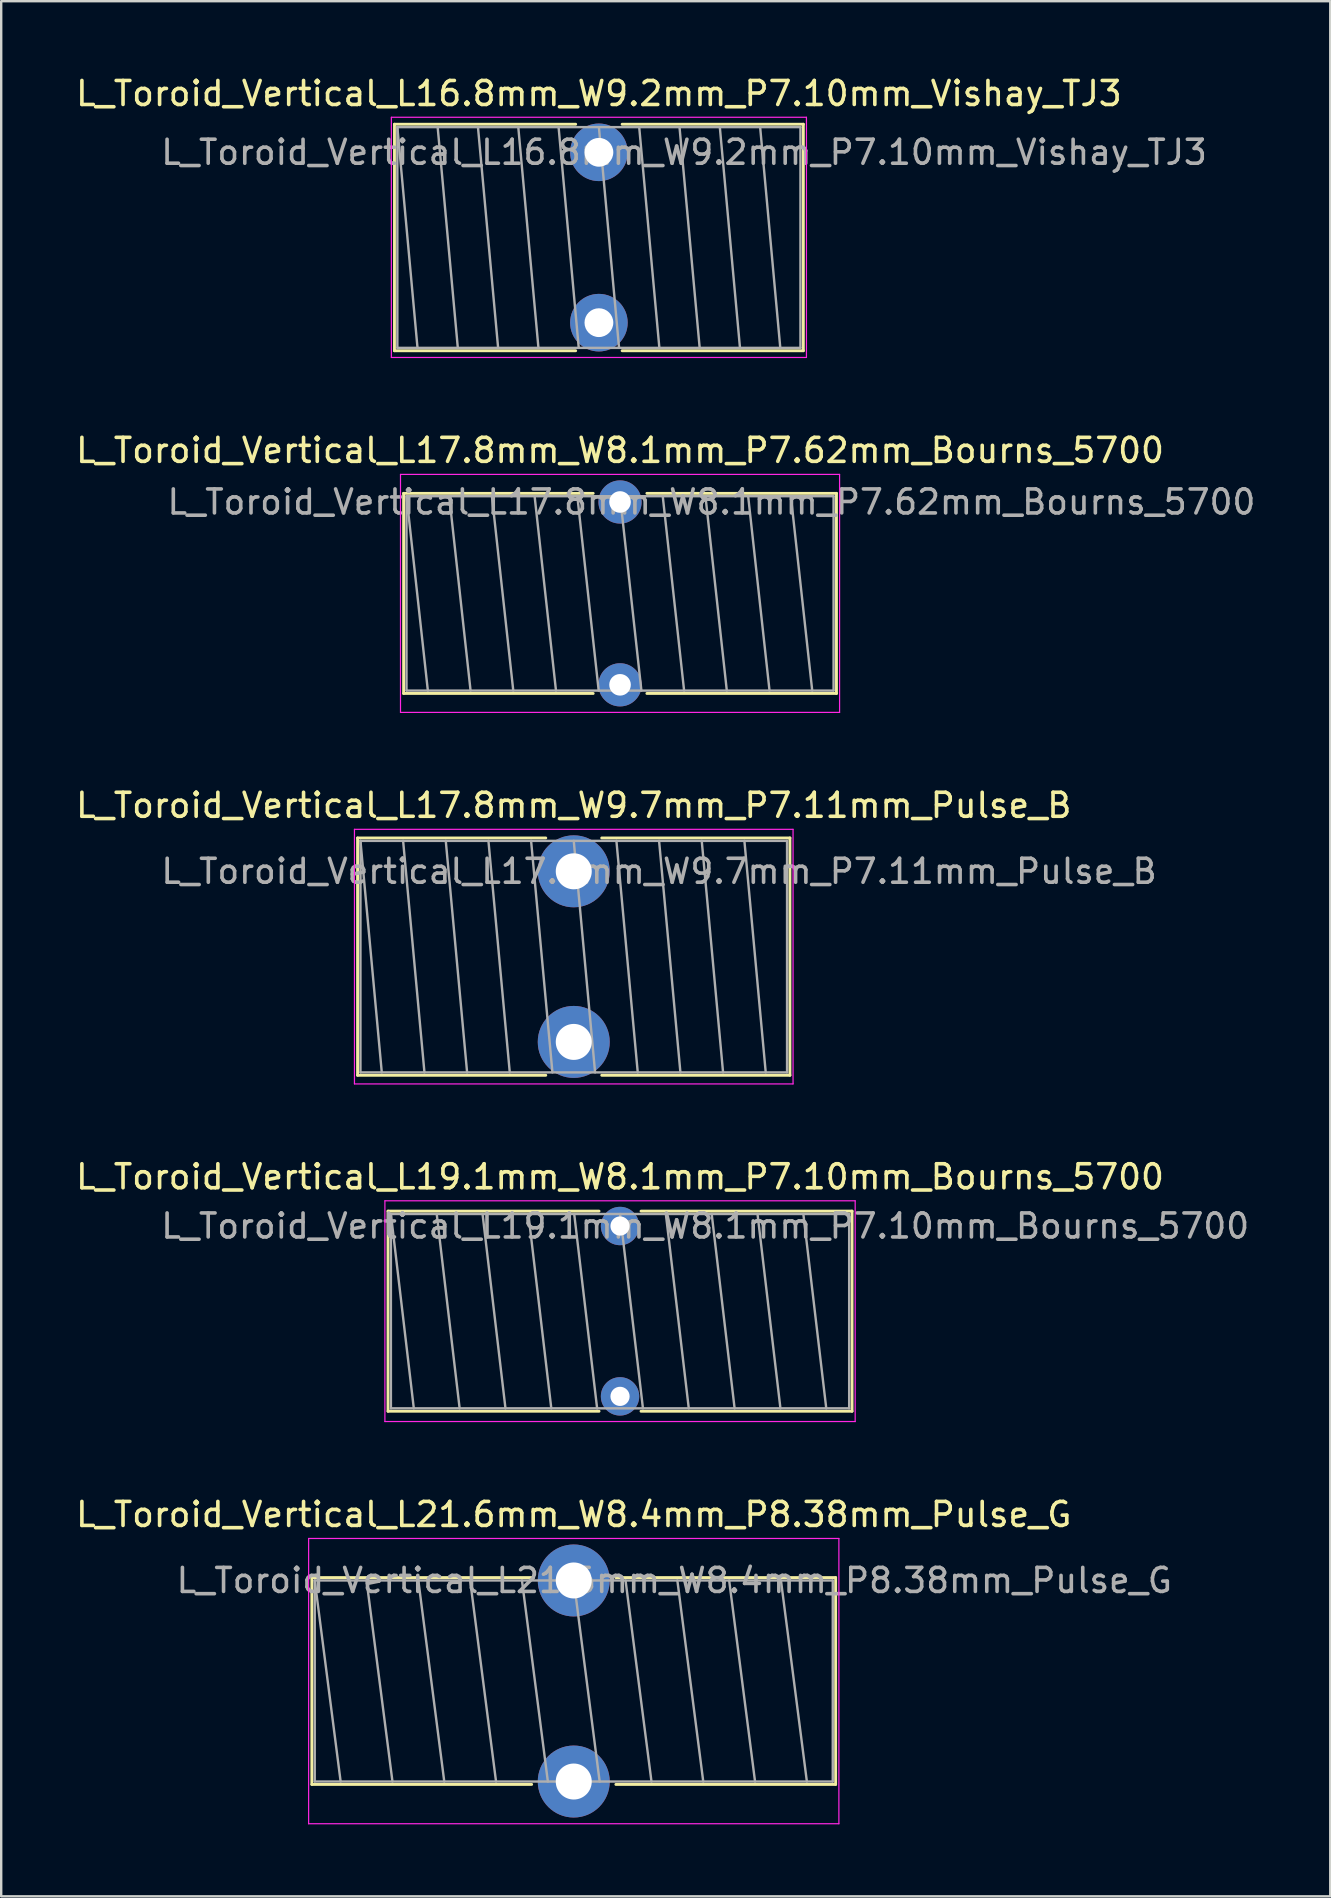
<source format=kicad_pcb>
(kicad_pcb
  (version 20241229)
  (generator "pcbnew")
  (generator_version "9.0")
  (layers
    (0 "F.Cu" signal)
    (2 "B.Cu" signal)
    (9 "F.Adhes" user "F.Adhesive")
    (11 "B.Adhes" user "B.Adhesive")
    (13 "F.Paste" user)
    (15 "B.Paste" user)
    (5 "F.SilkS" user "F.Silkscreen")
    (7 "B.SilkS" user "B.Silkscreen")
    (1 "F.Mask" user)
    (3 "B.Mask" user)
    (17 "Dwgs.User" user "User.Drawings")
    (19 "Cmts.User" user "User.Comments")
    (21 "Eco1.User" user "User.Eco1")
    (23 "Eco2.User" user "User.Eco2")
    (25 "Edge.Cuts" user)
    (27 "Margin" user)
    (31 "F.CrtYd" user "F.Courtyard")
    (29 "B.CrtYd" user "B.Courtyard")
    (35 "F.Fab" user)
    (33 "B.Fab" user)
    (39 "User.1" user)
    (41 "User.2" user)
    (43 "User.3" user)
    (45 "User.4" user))
  (footprint "L_Toroid_Vertical_L17.8mm_W9.7mm_P7.11mm_Pulse_B"
    (layer "F.Cu")
    (at 20.863 33.265)
    (property "Reference" "L_Toroid_Vertical_L17.8mm_W9.7mm_P7.11mm_Pulse_B" (at 0 -2.75 0) (layer "F.SilkS") (effects (font (size 1 1) (thickness 0.15))))
    (attr through_hole)
    (fp_line (start -9.01 -1.39) (end -9.01 8.5) (stroke (width 0.12) (type solid)) (layer "F.SilkS"))
    (fp_line (start -9.01 -1.39) (end -1.166 -1.39) (stroke (width 0.12) (type solid)) (layer "F.SilkS"))
    (fp_line (start -9.01 8.5) (end -1.166 8.5) (stroke (width 0.12) (type solid)) (layer "F.SilkS"))
    (fp_line (start 1.166 -1.39) (end 9.01 -1.39) (stroke (width 0.12) (type solid)) (layer "F.SilkS"))
    (fp_line (start 1.166 8.5) (end 9.01 8.5) (stroke (width 0.12) (type solid)) (layer "F.SilkS"))
    (fp_line (start 9.01 -1.39) (end 9.01 8.5) (stroke (width 0.12) (type solid)) (layer "F.SilkS"))
    (fp_line (start -9.14 -1.75) (end -9.14 8.86) (stroke (width 0.05) (type solid)) (layer "F.CrtYd"))
    (fp_line (start -9.14 8.86) (end 9.14 8.86) (stroke (width 0.05) (type solid)) (layer "F.CrtYd"))
    (fp_line (start 9.14 -1.75) (end -9.14 -1.75) (stroke (width 0.05) (type solid)) (layer "F.CrtYd"))
    (fp_line (start 9.14 8.86) (end 9.14 -1.75) (stroke (width 0.05) (type solid)) (layer "F.CrtYd"))
    (fp_line (start -8.89 -1.27) (end -8.89 8.38) (stroke (width 0.1) (type solid)) (layer "F.Fab"))
    (fp_line (start -8.89 -1.27) (end -8.001 8.38) (stroke (width 0.1) (type solid)) (layer "F.Fab"))
    (fp_line (start -8.89 8.38) (end 8.89 8.38) (stroke (width 0.1) (type solid)) (layer "F.Fab"))
    (fp_line (start -7.112 -1.27) (end -6.223 8.38) (stroke (width 0.1) (type solid)) (layer "F.Fab"))
    (fp_line (start -5.334 -1.27) (end -4.445 8.38) (stroke (width 0.1) (type solid)) (layer "F.Fab"))
    (fp_line (start -3.556 -1.27) (end -2.667 8.38) (stroke (width 0.1) (type solid)) (layer "F.Fab"))
    (fp_line (start -1.778 -1.27) (end -0.889 8.38) (stroke (width 0.1) (type solid)) (layer "F.Fab"))
    (fp_line (start 0 -1.27) (end 0.889 8.38) (stroke (width 0.1) (type solid)) (layer "F.Fab"))
    (fp_line (start 1.778 -1.27) (end 2.667 8.38) (stroke (width 0.1) (type solid)) (layer "F.Fab"))
    (fp_line (start 3.556 -1.27) (end 4.445 8.38) (stroke (width 0.1) (type solid)) (layer "F.Fab"))
    (fp_line (start 5.334 -1.27) (end 6.223 8.38) (stroke (width 0.1) (type solid)) (layer "F.Fab"))
    (fp_line (start 7.112 -1.27) (end 8.001 8.38) (stroke (width 0.1) (type solid)) (layer "F.Fab"))
    (fp_line (start 8.89 -1.27) (end -8.89 -1.27) (stroke (width 0.1) (type solid)) (layer "F.Fab"))
    (fp_line (start 8.89 8.38) (end 8.89 -1.27) (stroke (width 0.1) (type solid)) (layer "F.Fab"))
    (fp_text user "${REFERENCE}" (at 3.555 0 0) (layer "F.Fab") (effects (font (size 1 1) (thickness 0.15))))
    (pad "1" thru_hole circle (at 0 0) (size 3 3) (drill 1.5) (layers "*.Cu" "*.Mask"))
    (pad "2" thru_hole circle (at 0 7.11) (size 3 3) (drill 1.5) (layers "*.Cu" "*.Mask")))
  (footprint "L_Toroid_Vertical_L16.8mm_W9.2mm_P7.10mm_Vishay_TJ3"
    (layer "F.Cu")
    (at 21.911 3.298)
    (property "Reference" "L_Toroid_Vertical_L16.8mm_W9.2mm_P7.10mm_Vishay_TJ3" (at 0 -2.45 0) (layer "F.SilkS") (effects (font (size 1 1) (thickness 0.15))))
    (attr through_hole)
    (fp_line (start -8.52 -1.17) (end -8.52 8.27) (stroke (width 0.12) (type solid)) (layer "F.SilkS"))
    (fp_line (start -8.52 -1.17) (end -0.968 -1.17) (stroke (width 0.12) (type solid)) (layer "F.SilkS"))
    (fp_line (start -8.52 8.27) (end -0.968 8.27) (stroke (width 0.12) (type solid)) (layer "F.SilkS"))
    (fp_line (start 0.968 -1.17) (end 8.52 -1.17) (stroke (width 0.12) (type solid)) (layer "F.SilkS"))
    (fp_line (start 0.968 8.27) (end 8.52 8.27) (stroke (width 0.12) (type solid)) (layer "F.SilkS"))
    (fp_line (start 8.52 -1.17) (end 8.52 8.27) (stroke (width 0.12) (type solid)) (layer "F.SilkS"))
    (fp_line (start -8.65 -1.46) (end -8.65 8.55) (stroke (width 0.05) (type solid)) (layer "F.CrtYd"))
    (fp_line (start -8.65 8.55) (end 8.65 8.55) (stroke (width 0.05) (type solid)) (layer "F.CrtYd"))
    (fp_line (start 8.65 -1.46) (end -8.65 -1.46) (stroke (width 0.05) (type solid)) (layer "F.CrtYd"))
    (fp_line (start 8.65 8.55) (end 8.65 -1.46) (stroke (width 0.05) (type solid)) (layer "F.CrtYd"))
    (fp_line (start -8.4 -1.05) (end -8.4 8.15) (stroke (width 0.1) (type solid)) (layer "F.Fab"))
    (fp_line (start -8.4 -1.05) (end -7.56 8.15) (stroke (width 0.1) (type solid)) (layer "F.Fab"))
    (fp_line (start -8.4 8.15) (end 8.4 8.15) (stroke (width 0.1) (type solid)) (layer "F.Fab"))
    (fp_line (start -6.72 -1.05) (end -5.88 8.15) (stroke (width 0.1) (type solid)) (layer "F.Fab"))
    (fp_line (start -5.04 -1.05) (end -4.2 8.15) (stroke (width 0.1) (type solid)) (layer "F.Fab"))
    (fp_line (start -3.36 -1.05) (end -2.52 8.15) (stroke (width 0.1) (type solid)) (layer "F.Fab"))
    (fp_line (start -1.68 -1.05) (end -0.84 8.15) (stroke (width 0.1) (type solid)) (layer "F.Fab"))
    (fp_line (start 0 -1.05) (end 0.84 8.15) (stroke (width 0.1) (type solid)) (layer "F.Fab"))
    (fp_line (start 1.68 -1.05) (end 2.52 8.15) (stroke (width 0.1) (type solid)) (layer "F.Fab"))
    (fp_line (start 3.36 -1.05) (end 4.2 8.15) (stroke (width 0.1) (type solid)) (layer "F.Fab"))
    (fp_line (start 5.04 -1.05) (end 5.88 8.15) (stroke (width 0.1) (type solid)) (layer "F.Fab"))
    (fp_line (start 6.72 -1.05) (end 7.56 8.15) (stroke (width 0.1) (type solid)) (layer "F.Fab"))
    (fp_line (start 8.4 -1.05) (end -8.4 -1.05) (stroke (width 0.1) (type solid)) (layer "F.Fab"))
    (fp_line (start 8.4 8.15) (end 8.4 -1.05) (stroke (width 0.1) (type solid)) (layer "F.Fab"))
    (fp_text user "${REFERENCE}" (at 3.55 0 0) (layer "F.Fab") (effects (font (size 1 1) (thickness 0.15))))
    (pad "1" thru_hole circle (at 0 0) (size 2.4 2.4) (drill 1.2) (layers "*.Cu" "*.Mask"))
    (pad "2" thru_hole circle (at 0 7.1) (size 2.4 2.4) (drill 1.2) (layers "*.Cu" "*.Mask")))
  (footprint "L_Toroid_Vertical_L17.8mm_W8.1mm_P7.62mm_Bourns_5700"
    (layer "F.Cu")
    (at 22.792 17.872)
    (property "Reference" "L_Toroid_Vertical_L17.8mm_W8.1mm_P7.62mm_Bourns_5700" (at 0 -2.15 0) (layer "F.SilkS") (effects (font (size 1 1) (thickness 0.15))))
    (attr through_hole)
    (fp_line (start -9.02 -0.36) (end -9.02 7.98) (stroke (width 0.12) (type solid)) (layer "F.SilkS"))
    (fp_line (start -9.02 -0.36) (end -1.119 -0.36) (stroke (width 0.12) (type solid)) (layer "F.SilkS"))
    (fp_line (start -9.02 7.98) (end -1.119 7.98) (stroke (width 0.12) (type solid)) (layer "F.SilkS"))
    (fp_line (start 1.119 -0.36) (end 9.02 -0.36) (stroke (width 0.12) (type solid)) (layer "F.SilkS"))
    (fp_line (start 1.119 7.98) (end 9.02 7.98) (stroke (width 0.12) (type solid)) (layer "F.SilkS"))
    (fp_line (start 9.02 -0.36) (end 9.02 7.98) (stroke (width 0.12) (type solid)) (layer "F.SilkS"))
    (fp_line (start -9.15 -1.15) (end -9.15 8.77) (stroke (width 0.05) (type solid)) (layer "F.CrtYd"))
    (fp_line (start -9.15 8.77) (end 9.15 8.77) (stroke (width 0.05) (type solid)) (layer "F.CrtYd"))
    (fp_line (start 9.15 -1.15) (end -9.15 -1.15) (stroke (width 0.05) (type solid)) (layer "F.CrtYd"))
    (fp_line (start 9.15 8.77) (end 9.15 -1.15) (stroke (width 0.05) (type solid)) (layer "F.CrtYd"))
    (fp_line (start -8.9 -0.24) (end -8.9 7.86) (stroke (width 0.1) (type solid)) (layer "F.Fab"))
    (fp_line (start -8.9 -0.24) (end -8.01 7.86) (stroke (width 0.1) (type solid)) (layer "F.Fab"))
    (fp_line (start -8.9 7.86) (end 8.9 7.86) (stroke (width 0.1) (type solid)) (layer "F.Fab"))
    (fp_line (start -7.12 -0.24) (end -6.23 7.86) (stroke (width 0.1) (type solid)) (layer "F.Fab"))
    (fp_line (start -5.34 -0.24) (end -4.45 7.86) (stroke (width 0.1) (type solid)) (layer "F.Fab"))
    (fp_line (start -3.56 -0.24) (end -2.67 7.86) (stroke (width 0.1) (type solid)) (layer "F.Fab"))
    (fp_line (start -1.78 -0.24) (end -0.89 7.86) (stroke (width 0.1) (type solid)) (layer "F.Fab"))
    (fp_line (start 0 -0.24) (end 0.89 7.86) (stroke (width 0.1) (type solid)) (layer "F.Fab"))
    (fp_line (start 1.78 -0.24) (end 2.67 7.86) (stroke (width 0.1) (type solid)) (layer "F.Fab"))
    (fp_line (start 3.56 -0.24) (end 4.45 7.86) (stroke (width 0.1) (type solid)) (layer "F.Fab"))
    (fp_line (start 5.34 -0.24) (end 6.23 7.86) (stroke (width 0.1) (type solid)) (layer "F.Fab"))
    (fp_line (start 7.12 -0.24) (end 8.01 7.86) (stroke (width 0.1) (type solid)) (layer "F.Fab"))
    (fp_line (start 8.9 -0.24) (end -8.9 -0.24) (stroke (width 0.1) (type solid)) (layer "F.Fab"))
    (fp_line (start 8.9 7.86) (end 8.9 -0.24) (stroke (width 0.1) (type solid)) (layer "F.Fab"))
    (fp_text user "${REFERENCE}" (at 3.81 0 0) (layer "F.Fab") (effects (font (size 1 1) (thickness 0.15))))
    (pad "1" thru_hole circle (at 0 0) (size 1.8 1.8) (drill 0.9) (layers "*.Cu" "*.Mask"))
    (pad "2" thru_hole circle (at 0 7.62) (size 1.8 1.8) (drill 0.9) (layers "*.Cu" "*.Mask")))
  (footprint "L_Toroid_Vertical_L21.6mm_W8.4mm_P8.38mm_Pulse_G"
    (layer "F.Cu")
    (at 20.863 62.821)
    (property "Reference" "L_Toroid_Vertical_L21.6mm_W8.4mm_P8.38mm_Pulse_G" (at 0 -2.75 0) (layer "F.SilkS") (effects (font (size 1 1) (thickness 0.15))))
    (attr through_hole)
    (fp_line (start -10.915 -0.12) (end -10.915 8.5) (stroke (width 0.12) (type solid)) (layer "F.SilkS"))
    (fp_line (start -10.915 -0.12) (end -1.755 -0.12) (stroke (width 0.12) (type solid)) (layer "F.SilkS"))
    (fp_line (start -10.915 8.5) (end -1.755 8.5) (stroke (width 0.12) (type solid)) (layer "F.SilkS"))
    (fp_line (start 1.755 -0.12) (end 10.915 -0.12) (stroke (width 0.12) (type solid)) (layer "F.SilkS"))
    (fp_line (start 1.755 8.5) (end 10.915 8.5) (stroke (width 0.12) (type solid)) (layer "F.SilkS"))
    (fp_line (start 10.915 -0.12) (end 10.915 8.5) (stroke (width 0.12) (type solid)) (layer "F.SilkS"))
    (fp_line (start -11.05 -1.75) (end -11.05 10.14) (stroke (width 0.05) (type solid)) (layer "F.CrtYd"))
    (fp_line (start -11.05 10.14) (end 11.05 10.14) (stroke (width 0.05) (type solid)) (layer "F.CrtYd"))
    (fp_line (start 11.05 -1.75) (end -11.05 -1.75) (stroke (width 0.05) (type solid)) (layer "F.CrtYd"))
    (fp_line (start 11.05 10.14) (end 11.05 -1.75) (stroke (width 0.05) (type solid)) (layer "F.CrtYd"))
    (fp_line (start -10.795 0) (end -10.795 8.38) (stroke (width 0.1) (type solid)) (layer "F.Fab"))
    (fp_line (start -10.795 0) (end -9.716 8.38) (stroke (width 0.1) (type solid)) (layer "F.Fab"))
    (fp_line (start -10.795 8.38) (end 10.795 8.38) (stroke (width 0.1) (type solid)) (layer "F.Fab"))
    (fp_line (start -8.636 0) (end -7.556 8.38) (stroke (width 0.1) (type solid)) (layer "F.Fab"))
    (fp_line (start -6.477 0) (end -5.397 8.38) (stroke (width 0.1) (type solid)) (layer "F.Fab"))
    (fp_line (start -4.318 0) (end -3.239 8.38) (stroke (width 0.1) (type solid)) (layer "F.Fab"))
    (fp_line (start -2.159 0) (end -1.079 8.38) (stroke (width 0.1) (type solid)) (layer "F.Fab"))
    (fp_line (start 0 0) (end 1.079 8.38) (stroke (width 0.1) (type solid)) (layer "F.Fab"))
    (fp_line (start 2.159 0) (end 3.239 8.38) (stroke (width 0.1) (type solid)) (layer "F.Fab"))
    (fp_line (start 4.318 0) (end 5.397 8.38) (stroke (width 0.1) (type solid)) (layer "F.Fab"))
    (fp_line (start 6.477 0) (end 7.556 8.38) (stroke (width 0.1) (type solid)) (layer "F.Fab"))
    (fp_line (start 8.636 0) (end 9.716 8.38) (stroke (width 0.1) (type solid)) (layer "F.Fab"))
    (fp_line (start 10.795 0) (end -10.795 0) (stroke (width 0.1) (type solid)) (layer "F.Fab"))
    (fp_line (start 10.795 8.38) (end 10.795 0) (stroke (width 0.1) (type solid)) (layer "F.Fab"))
    (fp_text user "${REFERENCE}" (at 4.19 0 0) (layer "F.Fab") (effects (font (size 1 1) (thickness 0.15))))
    (pad "1" thru_hole circle (at 0 0) (size 3 3) (drill 1.5) (layers "*.Cu" "*.Mask"))
    (pad "2" thru_hole circle (at 0 8.38) (size 3 3) (drill 1.5) (layers "*.Cu" "*.Mask")))
  (footprint "L_Toroid_Vertical_L19.1mm_W8.1mm_P7.10mm_Bourns_5700"
    (layer "F.Cu")
    (at 22.792 48.048)
    (property "Reference" "L_Toroid_Vertical_L19.1mm_W8.1mm_P7.10mm_Bourns_5700" (at 0 -2.05 0) (layer "F.SilkS") (effects (font (size 1 1) (thickness 0.15))))
    (attr through_hole)
    (fp_line (start -9.67 -0.62) (end -9.67 7.72) (stroke (width 0.12) (type solid)) (layer "F.SilkS"))
    (fp_line (start -9.67 -0.62) (end -0.875 -0.62) (stroke (width 0.12) (type solid)) (layer "F.SilkS"))
    (fp_line (start -9.67 7.72) (end -0.875 7.72) (stroke (width 0.12) (type solid)) (layer "F.SilkS"))
    (fp_line (start 0.875 -0.62) (end 9.67 -0.62) (stroke (width 0.12) (type solid)) (layer "F.SilkS"))
    (fp_line (start 0.875 7.72) (end 9.67 7.72) (stroke (width 0.12) (type solid)) (layer "F.SilkS"))
    (fp_line (start 9.67 -0.62) (end 9.67 7.72) (stroke (width 0.12) (type solid)) (layer "F.SilkS"))
    (fp_line (start -9.8 -1.05) (end -9.8 8.15) (stroke (width 0.05) (type solid)) (layer "F.CrtYd"))
    (fp_line (start -9.8 8.15) (end 9.8 8.15) (stroke (width 0.05) (type solid)) (layer "F.CrtYd"))
    (fp_line (start 9.8 -1.05) (end -9.8 -1.05) (stroke (width 0.05) (type solid)) (layer "F.CrtYd"))
    (fp_line (start 9.8 8.15) (end 9.8 -1.05) (stroke (width 0.05) (type solid)) (layer "F.CrtYd"))
    (fp_line (start -9.55 -0.5) (end -9.55 7.6) (stroke (width 0.1) (type solid)) (layer "F.Fab"))
    (fp_line (start -9.55 -0.5) (end -8.595 7.6) (stroke (width 0.1) (type solid)) (layer "F.Fab"))
    (fp_line (start -9.55 7.6) (end 9.55 7.6) (stroke (width 0.1) (type solid)) (layer "F.Fab"))
    (fp_line (start -7.64 -0.5) (end -6.685 7.6) (stroke (width 0.1) (type solid)) (layer "F.Fab"))
    (fp_line (start -5.73 -0.5) (end -4.775 7.6) (stroke (width 0.1) (type solid)) (layer "F.Fab"))
    (fp_line (start -3.82 -0.5) (end -2.865 7.6) (stroke (width 0.1) (type solid)) (layer "F.Fab"))
    (fp_line (start -1.91 -0.5) (end -0.955 7.6) (stroke (width 0.1) (type solid)) (layer "F.Fab"))
    (fp_line (start 0 -0.5) (end 0.955 7.6) (stroke (width 0.1) (type solid)) (layer "F.Fab"))
    (fp_line (start 1.91 -0.5) (end 2.865 7.6) (stroke (width 0.1) (type solid)) (layer "F.Fab"))
    (fp_line (start 3.82 -0.5) (end 4.775 7.6) (stroke (width 0.1) (type solid)) (layer "F.Fab"))
    (fp_line (start 5.73 -0.5) (end 6.685 7.6) (stroke (width 0.1) (type solid)) (layer "F.Fab"))
    (fp_line (start 7.64 -0.5) (end 8.595 7.6) (stroke (width 0.1) (type solid)) (layer "F.Fab"))
    (fp_line (start 9.55 -0.5) (end -9.55 -0.5) (stroke (width 0.1) (type solid)) (layer "F.Fab"))
    (fp_line (start 9.55 7.6) (end 9.55 -0.5) (stroke (width 0.1) (type solid)) (layer "F.Fab"))
    (fp_text user "${REFERENCE}" (at 3.55 0 0) (layer "F.Fab") (effects (font (size 1 1) (thickness 0.15))))
    (pad "1" thru_hole circle (at 0 0) (size 1.6 1.6) (drill 0.8) (layers "*.Cu" "*.Mask"))
    (pad "2" thru_hole circle (at 0 7.1) (size 1.6 1.6) (drill 0.8) (layers "*.Cu" "*.Mask")))
  (gr_rect
    (start -3 -3)
    (end 52.393 75.986)
    (stroke (width 0.1) (type default))
    (fill no)
    (layer "Edge.Cuts")))
</source>
